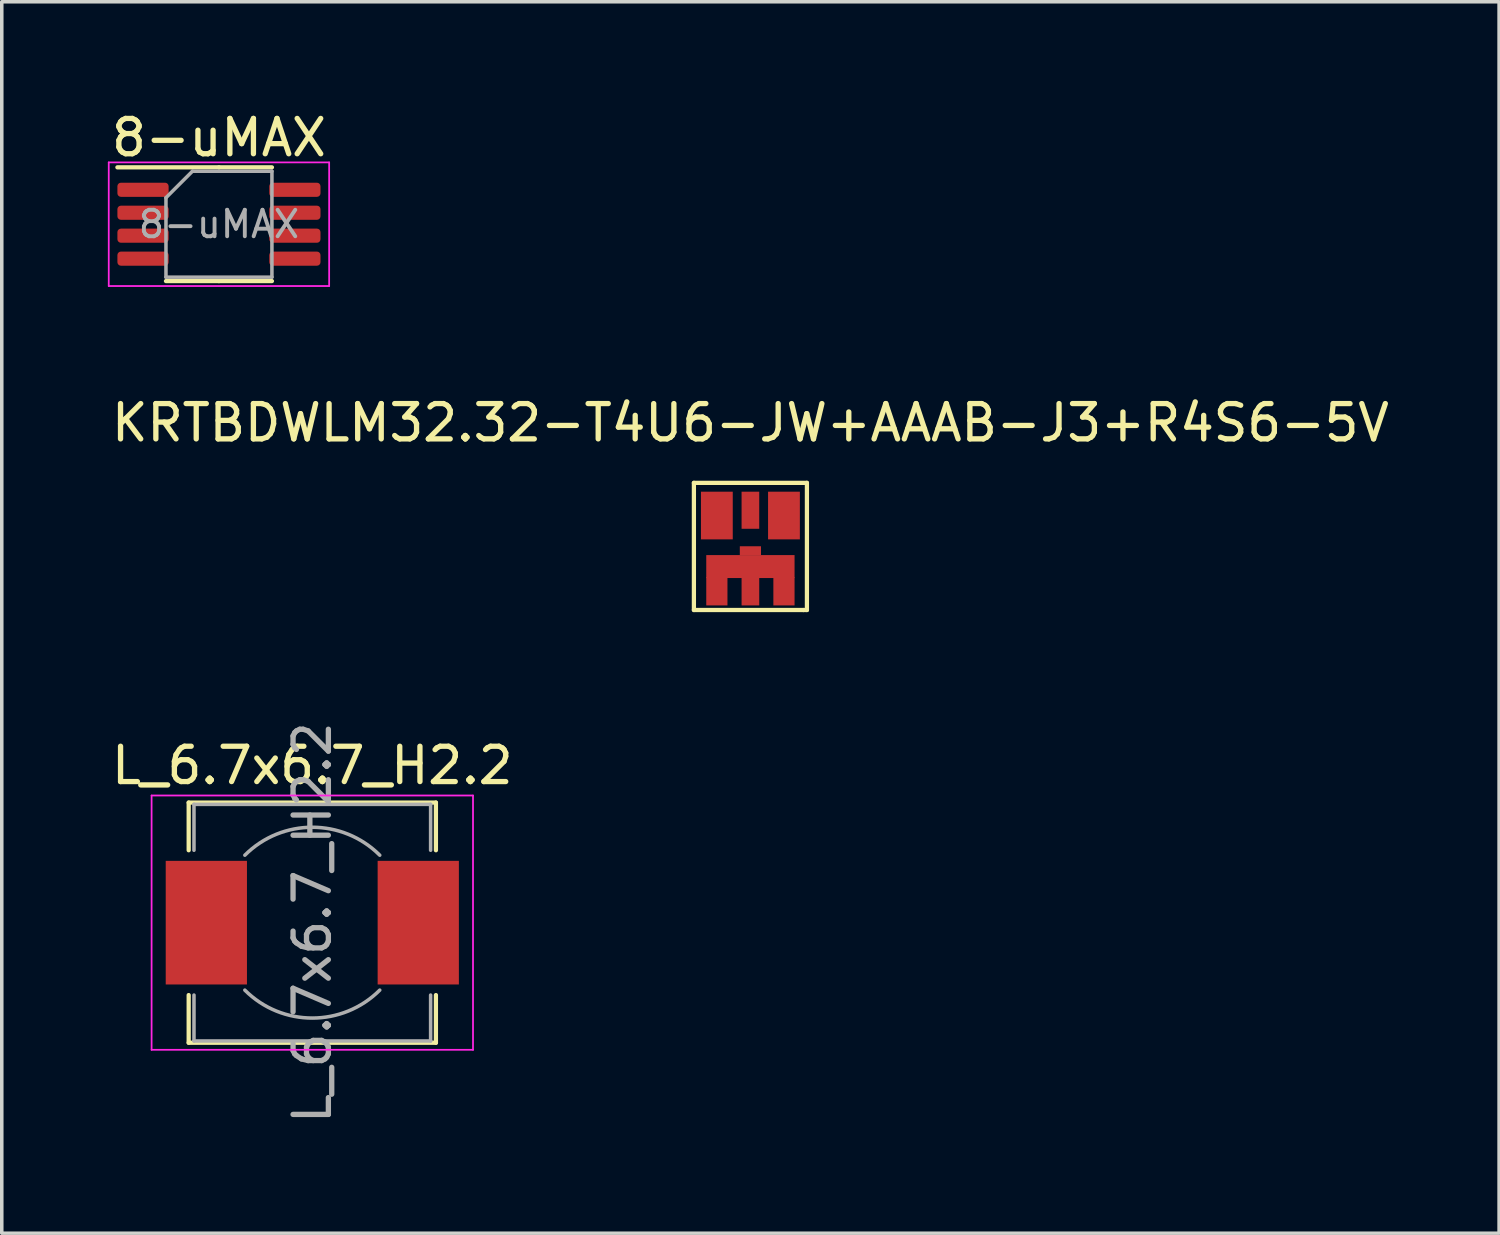
<source format=kicad_pcb>
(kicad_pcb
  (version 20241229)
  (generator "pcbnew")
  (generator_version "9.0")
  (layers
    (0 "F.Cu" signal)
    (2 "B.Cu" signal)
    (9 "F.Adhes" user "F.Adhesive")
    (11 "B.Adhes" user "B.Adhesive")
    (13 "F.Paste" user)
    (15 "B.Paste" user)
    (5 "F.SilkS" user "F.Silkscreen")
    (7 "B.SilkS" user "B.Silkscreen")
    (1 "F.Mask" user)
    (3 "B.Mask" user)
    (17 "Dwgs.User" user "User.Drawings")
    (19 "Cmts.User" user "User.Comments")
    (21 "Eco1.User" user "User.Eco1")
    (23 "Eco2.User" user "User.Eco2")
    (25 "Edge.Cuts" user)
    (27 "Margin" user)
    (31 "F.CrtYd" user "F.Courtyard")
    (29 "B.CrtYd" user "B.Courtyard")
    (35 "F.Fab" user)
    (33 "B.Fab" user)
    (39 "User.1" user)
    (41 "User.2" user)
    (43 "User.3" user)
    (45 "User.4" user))
  (footprint "L_6.7x6.7_H2.2"
    (layer "F.Cu")
    (at 5.792 23.073)
    (property "Reference" "L_6.7x6.7_H2.2" (at 0 -4.45 0) (layer "F.SilkS") (effects (font (size 1 1) (thickness 0.15))))
    (attr smd)
    (fp_line (start -3.5 -3.4) (end 3.5 -3.4) (stroke (width 0.12) (type solid)) (layer "F.SilkS"))
    (fp_line (start -3.5 -2.05) (end -3.5 -3.4) (stroke (width 0.12) (type solid)) (layer "F.SilkS"))
    (fp_line (start -3.5 3.4) (end -3.5 2.05) (stroke (width 0.12) (type solid)) (layer "F.SilkS"))
    (fp_line (start 3.5 -3.4) (end 3.5 -2.05) (stroke (width 0.12) (type solid)) (layer "F.SilkS"))
    (fp_line (start 3.5 2.05) (end 3.5 3.4) (stroke (width 0.12) (type solid)) (layer "F.SilkS"))
    (fp_line (start 3.5 3.4) (end -3.5 3.4) (stroke (width 0.12) (type solid)) (layer "F.SilkS"))
    (fp_line (start -4.55 -3.6) (end -4.55 3.6) (stroke (width 0.05) (type solid)) (layer "F.CrtYd"))
    (fp_line (start -4.55 3.6) (end 4.55 3.6) (stroke (width 0.05) (type solid)) (layer "F.CrtYd"))
    (fp_line (start 4.55 -3.6) (end -4.55 -3.6) (stroke (width 0.05) (type solid)) (layer "F.CrtYd"))
    (fp_line (start 4.55 3.6) (end 4.55 -3.6) (stroke (width 0.05) (type solid)) (layer "F.CrtYd"))
    (fp_line (start -3.35 -3.35) (end -3.35 -2.05) (stroke (width 0.1) (type solid)) (layer "F.Fab"))
    (fp_line (start -3.35 -3.35) (end 3.35 -3.35) (stroke (width 0.1) (type solid)) (layer "F.Fab"))
    (fp_line (start -3.35 3.35) (end -3.35 2.05) (stroke (width 0.1) (type solid)) (layer "F.Fab"))
    (fp_line (start -3.35 3.35) (end 3.35 3.35) (stroke (width 0.1) (type solid)) (layer "F.Fab"))
    (fp_line (start 3.35 -3.35) (end 3.35 -2.05) (stroke (width 0.1) (type solid)) (layer "F.Fab"))
    (fp_line (start 3.35 3.35) (end 3.35 2.05) (stroke (width 0.1) (type solid)) (layer "F.Fab"))
    (fp_arc (start -1.91 -1.91) (mid 0 -2.701148) (end 1.91 -1.91) (stroke (width 0.1) (type solid)) (layer "F.Fab"))
    (fp_arc (start 1.91 1.91) (mid 0 2.701148) (end -1.91 1.91) (stroke (width 0.1) (type solid)) (layer "F.Fab"))
    (fp_text user "${REFERENCE}" (at 0 0 90) (layer "F.Fab") (effects (font (size 1 1) (thickness 0.15))))
    (pad "1" smd rect (at -3 0) (size 2.3 3.5) (layers "F.Cu" "F.Mask" "F.Paste"))
    (pad "2" smd rect (at 3 0) (size 2.3 3.5) (layers "F.Cu" "F.Mask" "F.Paste")))
  (footprint "KRTBDWLM32.32-T4U6-JW+AAAB-J3+R4S6-5V"
    (layer "F.Cu")
    (at 18.196 12.521)
    (property "Reference" "KRTBDWLM32.32-T4U6-JW+AAAB-J3+R4S6-5V" (at 0 -3.6 0) (layer "F.SilkS") (effects (font (size 1 1) (thickness 0.15))))
    (attr smd)
    (fp_line (start -1.6 -1.9) (end -1.6 1.7) (stroke (width 0.12) (type solid)) (layer "F.SilkS"))
    (fp_line (start -1.6 1.7) (end 1.5 1.7) (stroke (width 0.12) (type solid)) (layer "F.SilkS"))
    (fp_line (start 1.5 1.7) (end 1.6 1.7) (stroke (width 0.12) (type solid)) (layer "F.SilkS"))
    (fp_line (start 1.6 -1.9) (end -1.6 -1.9) (stroke (width 0.12) (type solid)) (layer "F.SilkS"))
    (fp_line (start 1.6 1.7) (end 1.6 -1.9) (stroke (width 0.12) (type solid)) (layer "F.SilkS"))
    (pad "1" smd rect (at -0.95 1.17) (size 0.6 0.8) (layers "F.Cu" "F.Mask" "F.Paste"))
    (pad "1" smd rect (at 0 0.02) (size 0.6 0.25) (layers "F.Cu" "F.Mask" "F.Paste"))
    (pad "1" smd rect (at 0 0.47) (size 2.5 0.65) (layers "F.Cu" "F.Mask" "F.Paste"))
    (pad "1" smd rect (at 0 1.17) (size 0.5 0.8) (layers "F.Cu" "F.Mask" "F.Paste"))
    (pad "1" smd rect (at 0.95 1.17) (size 0.6 0.8) (layers "F.Cu" "F.Mask" "F.Paste"))
    (pad "2" smd rect (at -0.95 -0.975) (size 0.9 1.35) (layers "F.Cu" "F.Mask" "B.Adhes"))
    (pad "3" smd rect (at 0 -1.125) (size 0.5 1.05) (layers "F.Cu" "F.Mask" "F.Paste"))
    (pad "4" smd rect (at 0.95 -0.975) (size 0.9 1.35) (layers "F.Cu" "F.Mask" "F.Paste")))
  (footprint "8-uMAX"
    (layer "F.Cu")
    (at 3.149 3.298)
    (property "Reference" "8-uMAX" (at 0 -2.45 0) (layer "F.SilkS") (effects (font (size 1 1) (thickness 0.15))))
    (attr smd)
    (fp_line (start 0 -1.61) (end -2.875 -1.61) (stroke (width 0.12) (type solid)) (layer "F.SilkS"))
    (fp_line (start 0 -1.61) (end 1.5 -1.61) (stroke (width 0.12) (type solid)) (layer "F.SilkS"))
    (fp_line (start 0 1.61) (end -1.5 1.61) (stroke (width 0.12) (type solid)) (layer "F.SilkS"))
    (fp_line (start 0 1.61) (end 1.5 1.61) (stroke (width 0.12) (type solid)) (layer "F.SilkS"))
    (fp_line (start -3.12 -1.75) (end -3.12 1.75) (stroke (width 0.05) (type solid)) (layer "F.CrtYd"))
    (fp_line (start -3.12 1.75) (end 3.12 1.75) (stroke (width 0.05) (type solid)) (layer "F.CrtYd"))
    (fp_line (start 3.12 -1.75) (end -3.12 -1.75) (stroke (width 0.05) (type solid)) (layer "F.CrtYd"))
    (fp_line (start 3.12 1.75) (end 3.12 -1.75) (stroke (width 0.05) (type solid)) (layer "F.CrtYd"))
    (fp_line (start -1.5 -0.75) (end -0.75 -1.5) (stroke (width 0.1) (type solid)) (layer "F.Fab"))
    (fp_line (start -1.5 1.5) (end -1.5 -0.75) (stroke (width 0.1) (type solid)) (layer "F.Fab"))
    (fp_line (start -0.75 -1.5) (end 1.5 -1.5) (stroke (width 0.1) (type solid)) (layer "F.Fab"))
    (fp_line (start 1.5 -1.5) (end 1.5 1.5) (stroke (width 0.1) (type solid)) (layer "F.Fab"))
    (fp_line (start 1.5 1.5) (end -1.5 1.5) (stroke (width 0.1) (type solid)) (layer "F.Fab"))
    (fp_text user "${REFERENCE}" (at 0 0 0) (layer "F.Fab") (effects (font (size 0.75 0.75) (thickness 0.11))))
    (pad "1" smd roundrect (at -2.15 -0.975) (size 1.45 0.4) (layers "F.Cu" "F.Mask" "F.Paste") (roundrect_rratio 0.25))
    (pad "2" smd roundrect (at -2.15 -0.325) (size 1.45 0.4) (layers "F.Cu" "F.Mask" "F.Paste") (roundrect_rratio 0.25))
    (pad "3" smd roundrect (at -2.15 0.325) (size 1.45 0.4) (layers "F.Cu" "F.Mask" "F.Paste") (roundrect_rratio 0.25))
    (pad "4" smd roundrect (at -2.15 0.975) (size 1.45 0.4) (layers "F.Cu" "F.Mask" "F.Paste") (roundrect_rratio 0.25))
    (pad "5" smd roundrect (at 2.15 0.975) (size 1.45 0.4) (layers "F.Cu" "F.Mask" "F.Paste") (roundrect_rratio 0.25))
    (pad "6" smd roundrect (at 2.15 0.325) (size 1.45 0.4) (layers "F.Cu" "F.Mask" "F.Paste") (roundrect_rratio 0.25))
    (pad "7" smd roundrect (at 2.15 -0.325) (size 1.45 0.4) (layers "F.Cu" "F.Mask" "F.Paste") (roundrect_rratio 0.25))
    (pad "8" smd roundrect (at 2.15 -0.975) (size 1.45 0.4) (layers "F.Cu" "F.Mask" "F.Paste") (roundrect_rratio 0.25)))
  (gr_rect
    (start -3 -3)
    (end 39.393 31.865)
    (stroke (width 0.1) (type default))
    (fill no)
    (layer "Edge.Cuts")))
</source>
